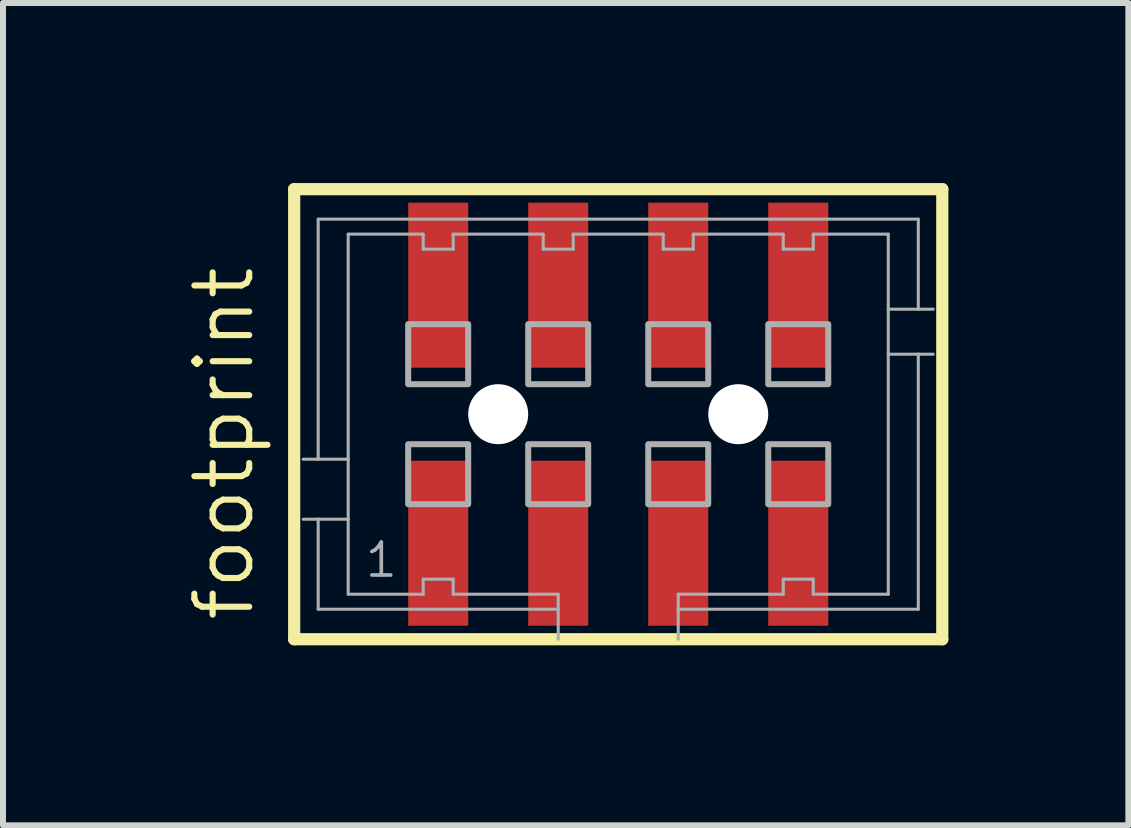
<source format=kicad_pcb>
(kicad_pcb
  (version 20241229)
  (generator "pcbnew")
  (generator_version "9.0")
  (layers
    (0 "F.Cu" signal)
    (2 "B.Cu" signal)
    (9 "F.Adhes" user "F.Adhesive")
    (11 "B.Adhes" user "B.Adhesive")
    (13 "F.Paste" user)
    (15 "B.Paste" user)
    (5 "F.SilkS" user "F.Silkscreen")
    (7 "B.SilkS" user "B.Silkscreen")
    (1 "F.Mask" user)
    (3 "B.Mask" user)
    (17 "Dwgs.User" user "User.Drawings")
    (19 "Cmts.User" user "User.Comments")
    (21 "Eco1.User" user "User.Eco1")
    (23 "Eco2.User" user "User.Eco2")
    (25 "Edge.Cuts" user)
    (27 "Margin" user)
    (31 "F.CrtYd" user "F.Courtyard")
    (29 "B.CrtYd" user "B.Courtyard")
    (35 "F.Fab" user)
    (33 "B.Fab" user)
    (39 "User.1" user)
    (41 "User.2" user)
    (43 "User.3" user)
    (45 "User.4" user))
  (footprint "footprint"
    (layer "F.Cu")
    (at 7.252 3.852)
    (property "Reference" "footprint" (at -6.032 3.493 90) (layer "F.SilkS") (effects (font (size 0.914 0.914) (thickness 0.102)) (justify left bottom)))
    (fp_line (start -5.4 -3.75) (end 5.4 -3.75) (stroke (width 0.203) (type solid)) (layer "F.SilkS"))
    (fp_line (start -5.4 3.75) (end -5.4 -3.75) (stroke (width 0.203) (type solid)) (layer "F.SilkS"))
    (fp_line (start 5.4 -3.75) (end 5.4 3.75) (stroke (width 0.203) (type solid)) (layer "F.SilkS"))
    (fp_line (start 5.4 3.75) (end -5.4 3.75) (stroke (width 0.203) (type solid)) (layer "F.SilkS"))
    (fp_line (start -5 -3.25) (end 5 -3.25) (stroke (width 0.051) (type solid)) (layer "F.Fab"))
    (fp_line (start -5 0.75) (end -5.25 0.75) (stroke (width 0.051) (type solid)) (layer "F.Fab"))
    (fp_line (start -5 0.75) (end -5 -3.25) (stroke (width 0.051) (type solid)) (layer "F.Fab"))
    (fp_line (start -5 1.75) (end -5.25 1.75) (stroke (width 0.051) (type solid)) (layer "F.Fab"))
    (fp_line (start -5 3.25) (end -5 1.75) (stroke (width 0.051) (type solid)) (layer "F.Fab"))
    (fp_line (start -4.5 -3) (end -4.5 0.75) (stroke (width 0.051) (type solid)) (layer "F.Fab"))
    (fp_line (start -4.5 0.75) (end -5 0.75) (stroke (width 0.051) (type solid)) (layer "F.Fab"))
    (fp_line (start -4.5 0.75) (end -4.5 1.75) (stroke (width 0.051) (type solid)) (layer "F.Fab"))
    (fp_line (start -4.5 1.75) (end -5 1.75) (stroke (width 0.051) (type solid)) (layer "F.Fab"))
    (fp_line (start -4.5 1.75) (end -4.5 3) (stroke (width 0.051) (type solid)) (layer "F.Fab"))
    (fp_line (start -4.5 3) (end -3.25 3) (stroke (width 0.051) (type solid)) (layer "F.Fab"))
    (fp_line (start -3.25 -3) (end -4.5 -3) (stroke (width 0.051) (type solid)) (layer "F.Fab"))
    (fp_line (start -3.25 -2.75) (end -3.25 -3) (stroke (width 0.051) (type solid)) (layer "F.Fab"))
    (fp_line (start -3.25 2.75) (end -2.75 2.75) (stroke (width 0.051) (type solid)) (layer "F.Fab"))
    (fp_line (start -3.25 3) (end -3.25 2.75) (stroke (width 0.051) (type solid)) (layer "F.Fab"))
    (fp_line (start -2.75 -3) (end -2.75 -2.75) (stroke (width 0.051) (type solid)) (layer "F.Fab"))
    (fp_line (start -2.75 -2.75) (end -3.25 -2.75) (stroke (width 0.051) (type solid)) (layer "F.Fab"))
    (fp_line (start -2.75 2.75) (end -2.75 3) (stroke (width 0.051) (type solid)) (layer "F.Fab"))
    (fp_line (start -2.75 3) (end -1 3) (stroke (width 0.051) (type solid)) (layer "F.Fab"))
    (fp_line (start -1.25 -3) (end -2.75 -3) (stroke (width 0.051) (type solid)) (layer "F.Fab"))
    (fp_line (start -1.25 -2.75) (end -1.25 -3) (stroke (width 0.051) (type solid)) (layer "F.Fab"))
    (fp_line (start -1 3) (end -1 3.25) (stroke (width 0.051) (type solid)) (layer "F.Fab"))
    (fp_line (start -1 3.25) (end -5 3.25) (stroke (width 0.051) (type solid)) (layer "F.Fab"))
    (fp_line (start -1 3.25) (end -1 3.75) (stroke (width 0.051) (type solid)) (layer "F.Fab"))
    (fp_line (start -0.75 -3) (end -0.75 -2.75) (stroke (width 0.051) (type solid)) (layer "F.Fab"))
    (fp_line (start -0.75 -2.75) (end -1.25 -2.75) (stroke (width 0.051) (type solid)) (layer "F.Fab"))
    (fp_line (start 0.75 -3) (end -0.75 -3) (stroke (width 0.051) (type solid)) (layer "F.Fab"))
    (fp_line (start 0.75 -2.75) (end 0.75 -3) (stroke (width 0.051) (type solid)) (layer "F.Fab"))
    (fp_line (start 1 3) (end 2.75 3) (stroke (width 0.051) (type solid)) (layer "F.Fab"))
    (fp_line (start 1 3.25) (end 1 3) (stroke (width 0.051) (type solid)) (layer "F.Fab"))
    (fp_line (start 1 3.75) (end 1 3.25) (stroke (width 0.051) (type solid)) (layer "F.Fab"))
    (fp_line (start 1.25 -3) (end 1.25 -2.75) (stroke (width 0.051) (type solid)) (layer "F.Fab"))
    (fp_line (start 1.25 -2.75) (end 0.75 -2.75) (stroke (width 0.051) (type solid)) (layer "F.Fab"))
    (fp_line (start 2.75 -3) (end 1.25 -3) (stroke (width 0.051) (type solid)) (layer "F.Fab"))
    (fp_line (start 2.75 -2.75) (end 2.75 -3) (stroke (width 0.051) (type solid)) (layer "F.Fab"))
    (fp_line (start 2.75 2.75) (end 3.25 2.75) (stroke (width 0.051) (type solid)) (layer "F.Fab"))
    (fp_line (start 2.75 3) (end 2.75 2.75) (stroke (width 0.051) (type solid)) (layer "F.Fab"))
    (fp_line (start 3.25 -3) (end 3.25 -2.75) (stroke (width 0.051) (type solid)) (layer "F.Fab"))
    (fp_line (start 3.25 -2.75) (end 2.75 -2.75) (stroke (width 0.051) (type solid)) (layer "F.Fab"))
    (fp_line (start 3.25 2.75) (end 3.25 3) (stroke (width 0.051) (type solid)) (layer "F.Fab"))
    (fp_line (start 3.25 3) (end 4.5 3) (stroke (width 0.051) (type solid)) (layer "F.Fab"))
    (fp_line (start 4.5 -3) (end 3.25 -3) (stroke (width 0.051) (type solid)) (layer "F.Fab"))
    (fp_line (start 4.5 -1.75) (end 4.5 -3) (stroke (width 0.051) (type solid)) (layer "F.Fab"))
    (fp_line (start 4.5 -1.75) (end 5 -1.75) (stroke (width 0.051) (type solid)) (layer "F.Fab"))
    (fp_line (start 4.5 -1) (end 4.5 -1.75) (stroke (width 0.051) (type solid)) (layer "F.Fab"))
    (fp_line (start 4.5 -1) (end 5 -1) (stroke (width 0.051) (type solid)) (layer "F.Fab"))
    (fp_line (start 4.5 3) (end 4.5 -1) (stroke (width 0.051) (type solid)) (layer "F.Fab"))
    (fp_line (start 5 -3.25) (end 5 -1.75) (stroke (width 0.051) (type solid)) (layer "F.Fab"))
    (fp_line (start 5 -1.75) (end 5.25 -1.75) (stroke (width 0.051) (type solid)) (layer "F.Fab"))
    (fp_line (start 5 -1) (end 5 3.25) (stroke (width 0.051) (type solid)) (layer "F.Fab"))
    (fp_line (start 5 -1) (end 5.25 -1) (stroke (width 0.051) (type solid)) (layer "F.Fab"))
    (fp_line (start 5 3.25) (end 1 3.25) (stroke (width 0.051) (type solid)) (layer "F.Fab"))
    (fp_poly (pts (xy -3.5 -0.5) (xy -2.5 -0.5) (xy -2.5 -1.5) (xy -3.5 -1.5)) (stroke (width 0.1) (type solid)) (fill no) (layer "F.Fab"))
    (fp_poly (pts (xy -3.5 1.5) (xy -2.5 1.5) (xy -2.5 0.5) (xy -3.5 0.5)) (stroke (width 0.1) (type solid)) (fill no) (layer "F.Fab"))
    (fp_poly (pts (xy -1.5 -0.5) (xy -0.5 -0.5) (xy -0.5 -1.5) (xy -1.5 -1.5)) (stroke (width 0.1) (type solid)) (fill no) (layer "F.Fab"))
    (fp_poly (pts (xy -1.5 1.5) (xy -0.5 1.5) (xy -0.5 0.5) (xy -1.5 0.5)) (stroke (width 0.1) (type solid)) (fill no) (layer "F.Fab"))
    (fp_poly (pts (xy 0.5 -0.5) (xy 1.5 -0.5) (xy 1.5 -1.5) (xy 0.5 -1.5)) (stroke (width 0.1) (type solid)) (fill no) (layer "F.Fab"))
    (fp_poly (pts (xy 0.5 1.5) (xy 1.5 1.5) (xy 1.5 0.5) (xy 0.5 0.5)) (stroke (width 0.1) (type solid)) (fill no) (layer "F.Fab"))
    (fp_poly (pts (xy 2.5 -0.5) (xy 3.5 -0.5) (xy 3.5 -1.5) (xy 2.5 -1.5)) (stroke (width 0.1) (type solid)) (fill no) (layer "F.Fab"))
    (fp_poly (pts (xy 2.5 1.5) (xy 3.5 1.5) (xy 3.5 0.5) (xy 2.5 0.5)) (stroke (width 0.1) (type solid)) (fill no) (layer "F.Fab"))
    (fp_text user "1" (at -4.25 2.75 0) (layer "F.Fab") (effects (font (size 0.549 0.549) (thickness 0.061)) (justify left bottom)))
    (pad "" np_thru_hole circle (at -2 0) (size 1 1) (drill 1) (layers "*.Cu" "*.Mask"))
    (pad "" np_thru_hole circle (at 2 0) (size 1 1) (drill 1) (layers "*.Cu" "*.Mask"))
    (pad "1" smd rect (at -3 2.15) (size 1 2.75) (layers "F.Cu" "F.Mask" "F.Paste"))
    (pad "2" smd rect (at -3 -2.15) (size 1 2.75) (layers "F.Cu" "F.Mask" "F.Paste"))
    (pad "3" smd rect (at -1 2.15) (size 1 2.75) (layers "F.Cu" "F.Mask" "F.Paste"))
    (pad "4" smd rect (at -1 -2.15) (size 1 2.75) (layers "F.Cu" "F.Mask" "F.Paste"))
    (pad "5" smd rect (at 1 2.15) (size 1 2.75) (layers "F.Cu" "F.Mask" "F.Paste"))
    (pad "6" smd rect (at 1 -2.15) (size 1 2.75) (layers "F.Cu" "F.Mask" "F.Paste"))
    (pad "7" smd rect (at 3 2.15) (size 1 2.75) (layers "F.Cu" "F.Mask" "F.Paste"))
    (pad "8" smd rect (at 3 -2.15) (size 1 2.75) (layers "F.Cu" "F.Mask" "F.Paste")))
  (gr_rect
    (start -3 -3)
    (end 15.753 10.703)
    (stroke (width 0.1) (type default))
    (fill no)
    (layer "Edge.Cuts")))
</source>
